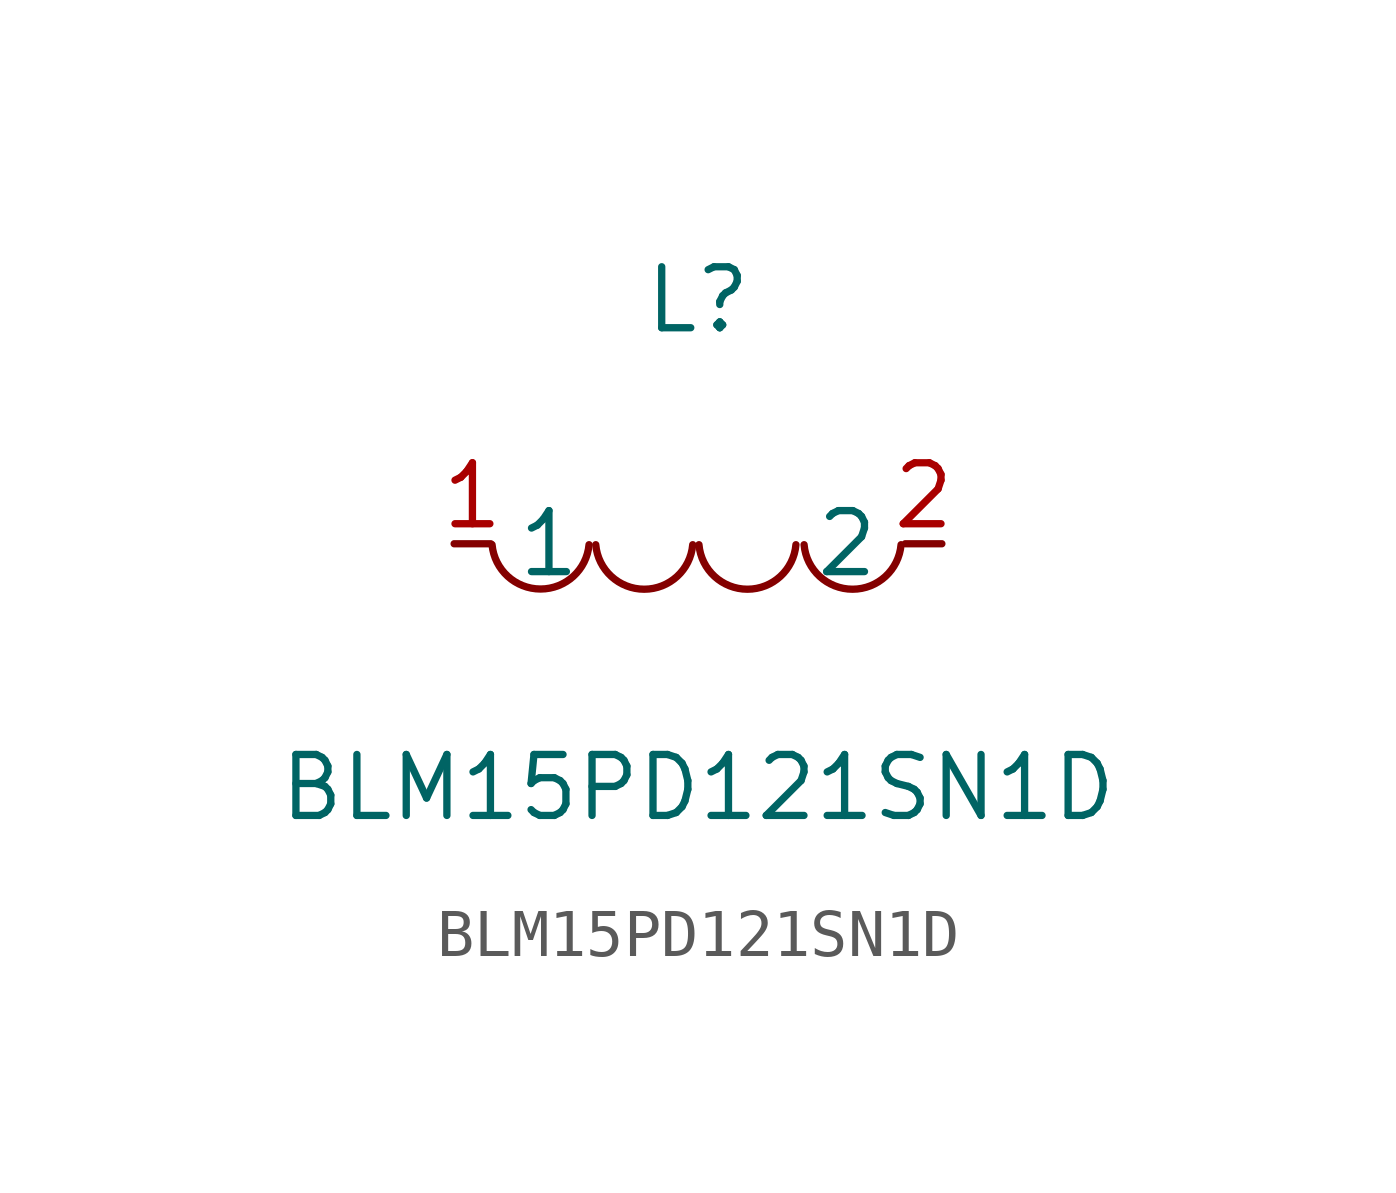
<source format=kicad_sym>
(kicad_symbol_lib
  (version 1)
  (generator "faebryk")
  (symbol "BLM15PD121SN1D"
    (property "Reference" "L"
      (at 0 5.08 0)
      (effects (font (size 1.27 1.27)) (hide no)))
    (property "Value" "BLM15PD121SN1D"
      (at 0 -5.08 0)
      (effects (font (size 1.27 1.27)) (hide no)))
    (symbol "BLM15PD121SN1D_0_1"
      (arc (start -4.29 -0.02) (mid -2.81 -1.01) (end -2.27 -0.02) (stroke (width 0) (type default) (color 0 0 0 0)) (fill (type none)))
      (arc (start -2.13 -0.02) (mid -0.66 -1.01) (end -0.11 -0.02) (stroke (width 0) (type default) (color 0 0 0 0)) (fill (type none)))
      (arc (start 0.02 -0.02) (mid 1.49 -1.01) (end 2.04 -0.02) (stroke (width 0) (type default) (color 0 0 0 0)) (fill (type none)))
      (arc (start 2.21 -0.02) (mid 3.68 -1.01) (end 4.23 -0.02) (stroke (width 0) (type default) (color 0 0 0 0)) (fill (type none)))
      (pin unspecified line (at 5.08 0 180) (length 0.762) (name "2" (effects (font (size 1.27 1.27)) (hide no))) (number "2" (effects (font (size 1.27 1.27)) (hide no))))
      (pin unspecified line (at -5.08 0 0) (length 0.762) (name "1" (effects (font (size 1.27 1.27)) (hide no))) (number "1" (effects (font (size 1.27 1.27)) (hide no)))))))
</source>
